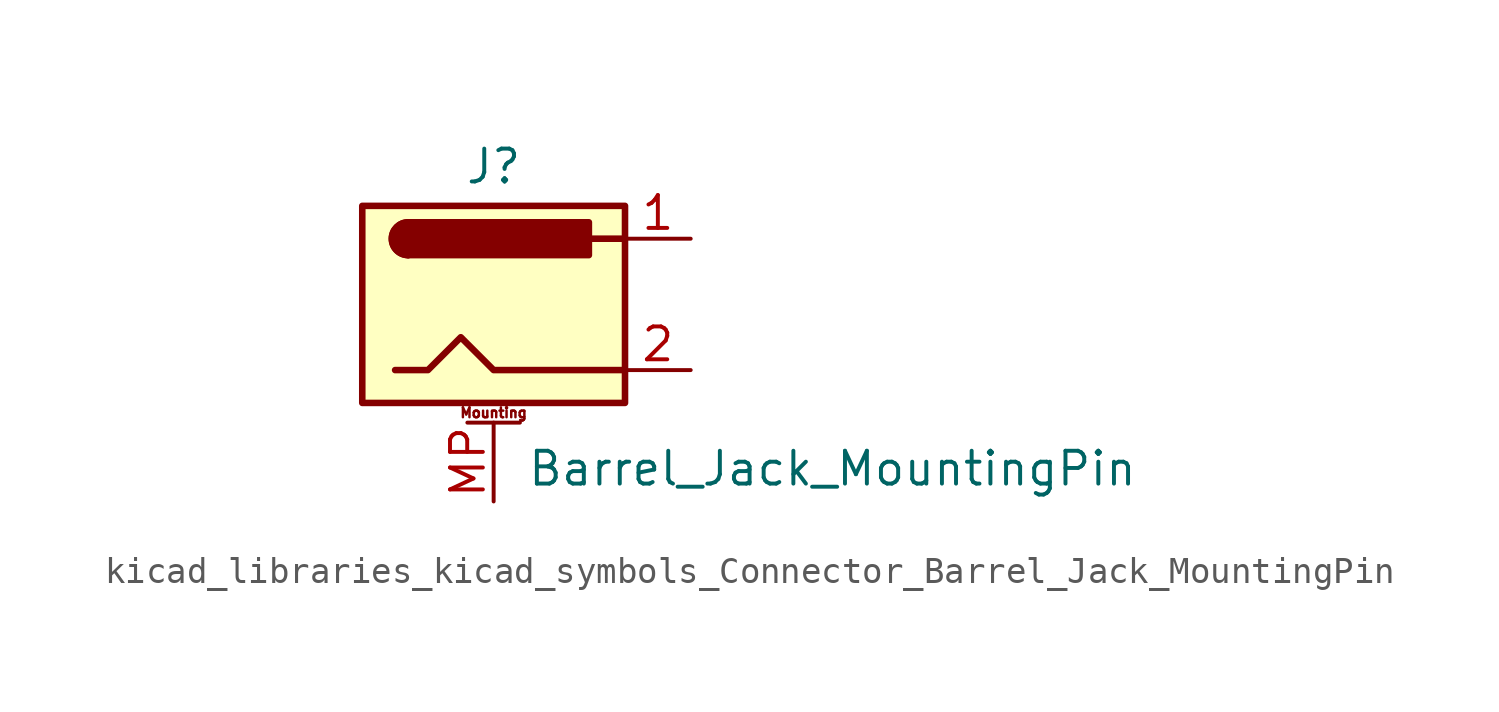
<source format=kicad_sym>
(kicad_symbol_lib
  (version 20220914)
  (generator kicad_symbol_editor)
  (symbol "kicad_libraries_kicad_symbols_Connector_Barrel_Jack_MountingPin"
    (pin_names hide)
    (property "Reference" "J"
      (at 0 5.334 0)
      (effects (font (size 1.27 1.27))))
    (property "Value" "Barrel_Jack_MountingPin"
      (at 1.27 -6.35 0)
      (effects (font (size 1.27 1.27)) (justify left)))
    (symbol "kicad_libraries_kicad_symbols_Connector_Barrel_Jack_MountingPin_0_1"
      (rectangle (start -5.08 3.81) (end 5.08 -3.81) (stroke (width 0.254) (type default)) (fill (type background)))
      (arc (start -3.302 3.175) (mid -3.9343 2.54) (end -3.302 1.905) (stroke (width 0.254) (type default)) (fill (type none)))
      (arc (start -3.302 3.175) (mid -3.9343 2.54) (end -3.302 1.905) (stroke (width 0.254) (type default)) (fill (type outline)))
      (polyline (pts (xy 5.08 2.54) (xy 3.81 2.54)) (stroke (width 0.254) (type default)) (fill (type none)))
      (polyline (pts (xy -3.81 -2.54) (xy -2.54 -2.54) (xy -1.27 -1.27) (xy 0 -2.54) (xy 2.54 -2.54) (xy 5.08 -2.54)) (stroke (width 0.254) (type default)) (fill (type none)))
      (rectangle (start 3.683 3.175) (end -3.302 1.905) (stroke (width 0.254) (type default)) (fill (type outline))))
    (symbol "kicad_libraries_kicad_symbols_Connector_Barrel_Jack_MountingPin_1_1"
      (polyline (pts (xy -1.016 -4.572) (xy 1.016 -4.572)) (stroke (width 0.152) (type default)) (fill (type none)))
      (text "Mounting" (at 0 -4.191 0) (effects (font (size 0.381 0.381))))
      (pin passive line (at 7.62 2.54 180) (length 2.54) (name "~" (effects (font (size 1.27 1.27)))) (number "1" (effects (font (size 1.27 1.27)))))
      (pin passive line (at 7.62 -2.54 180) (length 2.54) (name "~" (effects (font (size 1.27 1.27)))) (number "2" (effects (font (size 1.27 1.27)))))
      (pin passive line (at 0 -7.62 90) (length 3.048) (name "MountPin" (effects (font (size 1.27 1.27)))) (number "MP" (effects (font (size 1.27 1.27))))))))
</source>
